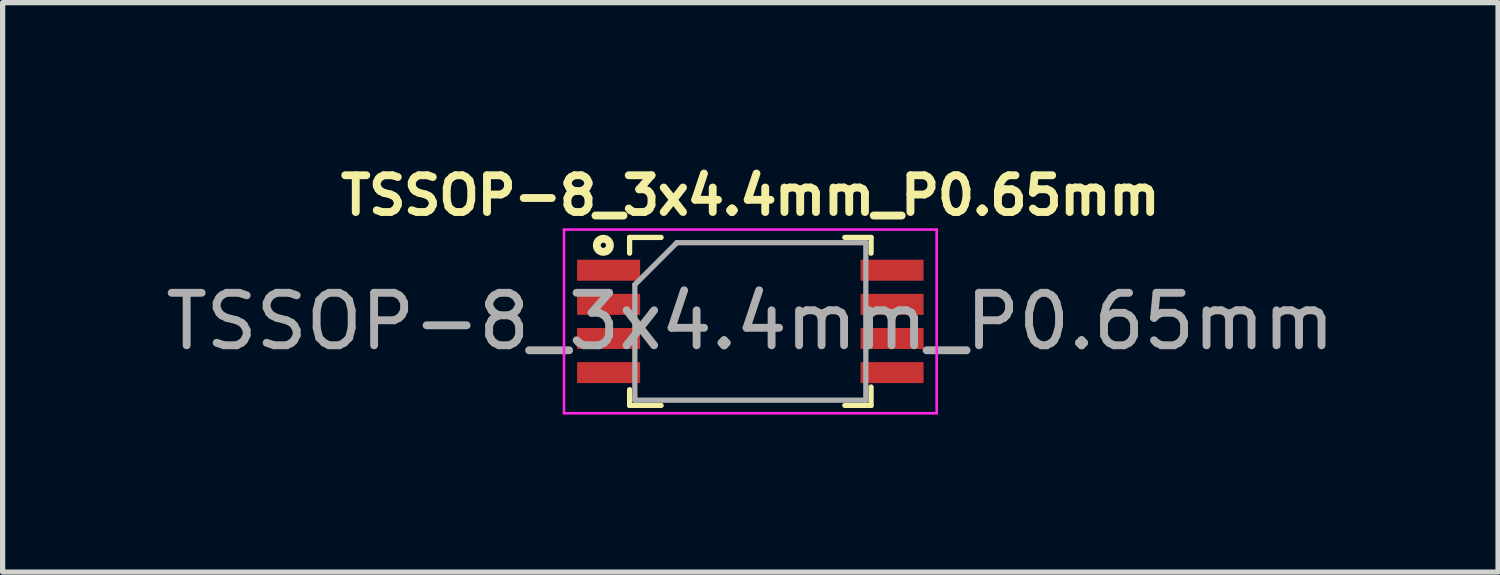
<source format=kicad_pcb>
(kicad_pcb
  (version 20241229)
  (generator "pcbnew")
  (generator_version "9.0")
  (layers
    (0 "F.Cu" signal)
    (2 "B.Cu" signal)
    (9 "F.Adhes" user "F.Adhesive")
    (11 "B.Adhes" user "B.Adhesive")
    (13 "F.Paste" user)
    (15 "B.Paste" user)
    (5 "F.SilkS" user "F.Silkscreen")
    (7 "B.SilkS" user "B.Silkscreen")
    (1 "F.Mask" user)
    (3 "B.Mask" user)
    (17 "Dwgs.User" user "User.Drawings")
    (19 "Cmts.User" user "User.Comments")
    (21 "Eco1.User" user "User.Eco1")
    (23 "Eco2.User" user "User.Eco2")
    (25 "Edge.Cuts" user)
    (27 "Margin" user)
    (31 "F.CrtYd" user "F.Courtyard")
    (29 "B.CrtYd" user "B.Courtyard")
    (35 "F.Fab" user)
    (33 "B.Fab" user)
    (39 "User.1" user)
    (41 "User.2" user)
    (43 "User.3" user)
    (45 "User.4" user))
  (footprint "TSSOP-8_3x4.4mm_P0.65mm"
    (layer "F.Cu")
    (at 11.244 3.073)
    (property "Reference" "TSSOP-8_3x4.4mm_P0.65mm" (at 0 -2.4 0) (layer "F.SilkS") (effects (font (size 0.7 0.7) (thickness 0.15))))
    (attr smd)
    (fp_line (start -2.3 -1.6) (end -1.7 -1.6) (stroke (width 0.1) (type solid)) (layer "F.SilkS"))
    (fp_line (start -2.3 -1.3) (end -2.3 -1.6) (stroke (width 0.1) (type solid)) (layer "F.SilkS"))
    (fp_line (start -2.3 1.3) (end -2.3 1.6) (stroke (width 0.1) (type solid)) (layer "F.SilkS"))
    (fp_line (start -2.3 1.6) (end -1.7 1.6) (stroke (width 0.1) (type solid)) (layer "F.SilkS"))
    (fp_line (start 2.3 -1.6) (end 1.8 -1.6) (stroke (width 0.1) (type solid)) (layer "F.SilkS"))
    (fp_line (start 2.3 -1.3) (end 2.3 -1.6) (stroke (width 0.1) (type solid)) (layer "F.SilkS"))
    (fp_line (start 2.3 1.25) (end 2.3 1.6) (stroke (width 0.1) (type solid)) (layer "F.SilkS"))
    (fp_line (start 2.3 1.6) (end 1.8 1.6) (stroke (width 0.1) (type solid)) (layer "F.SilkS"))
    (fp_circle (center -2.8 -1.45) (end -2.75 -1.45) (stroke (width 0.15) (type solid)) (fill no) (layer "F.SilkS"))
    (fp_line (start -3.55 -1.75) (end 3.55 -1.75) (stroke (width 0.05) (type solid)) (layer "F.CrtYd"))
    (fp_line (start -3.55 1.75) (end -3.55 -1.75) (stroke (width 0.05) (type solid)) (layer "F.CrtYd"))
    (fp_line (start 3.55 1.75) (end -3.55 1.75) (stroke (width 0.05) (type solid)) (layer "F.CrtYd"))
    (fp_line (start 3.55 1.75) (end 3.55 -1.75) (stroke (width 0.05) (type solid)) (layer "F.CrtYd"))
    (fp_line (start -2.2 -0.7) (end -2.2 1.5) (stroke (width 0.1) (type solid)) (layer "F.Fab"))
    (fp_line (start -2.2 -0.7) (end -1.4 -1.5) (stroke (width 0.1) (type solid)) (layer "F.Fab"))
    (fp_line (start -2.2 1.5) (end 2.2 1.5) (stroke (width 0.1) (type solid)) (layer "F.Fab"))
    (fp_line (start -1.4 -1.5) (end 2.2 -1.5) (stroke (width 0.1) (type solid)) (layer "F.Fab"))
    (fp_line (start 2.2 -1.5) (end 2.2 1.5) (stroke (width 0.1) (type solid)) (layer "F.Fab"))
    (fp_rect (start 2.2 -1.5) (end -2.2 1.5) (stroke (width 0.1) (type solid)) (fill no) (layer "User.5"))
    (fp_text user "${REFERENCE}" (at 0 0 0) (layer "F.Fab") (effects (font (size 1 1) (thickness 0.15))))
    (pad "1" smd rect (at -2.7 -0.975) (size 1.2 0.4) (layers "F.Cu" "F.Mask" "F.Paste"))
    (pad "2" smd rect (at -2.7 -0.325) (size 1.2 0.4) (layers "F.Cu" "F.Mask" "F.Paste"))
    (pad "3" smd rect (at -2.7 0.325) (size 1.2 0.4) (layers "F.Cu" "F.Mask" "F.Paste"))
    (pad "4" smd rect (at -2.7 0.975) (size 1.2 0.4) (layers "F.Cu" "F.Mask" "F.Paste"))
    (pad "5" smd rect (at 2.7 0.975) (size 1.2 0.4) (layers "F.Cu" "F.Mask" "F.Paste"))
    (pad "6" smd rect (at 2.7 0.325) (size 1.2 0.4) (layers "F.Cu" "F.Mask" "F.Paste"))
    (pad "7" smd rect (at 2.7 -0.325) (size 1.2 0.4) (layers "F.Cu" "F.Mask" "F.Paste"))
    (pad "8" smd rect (at 2.7 -0.975) (size 1.2 0.4) (layers "F.Cu" "F.Mask" "F.Paste")))
  (gr_rect
    (start -3 -3)
    (end 25.488 7.848)
    (stroke (width 0.1) (type default))
    (fill no)
    (layer "Edge.Cuts")))
</source>
